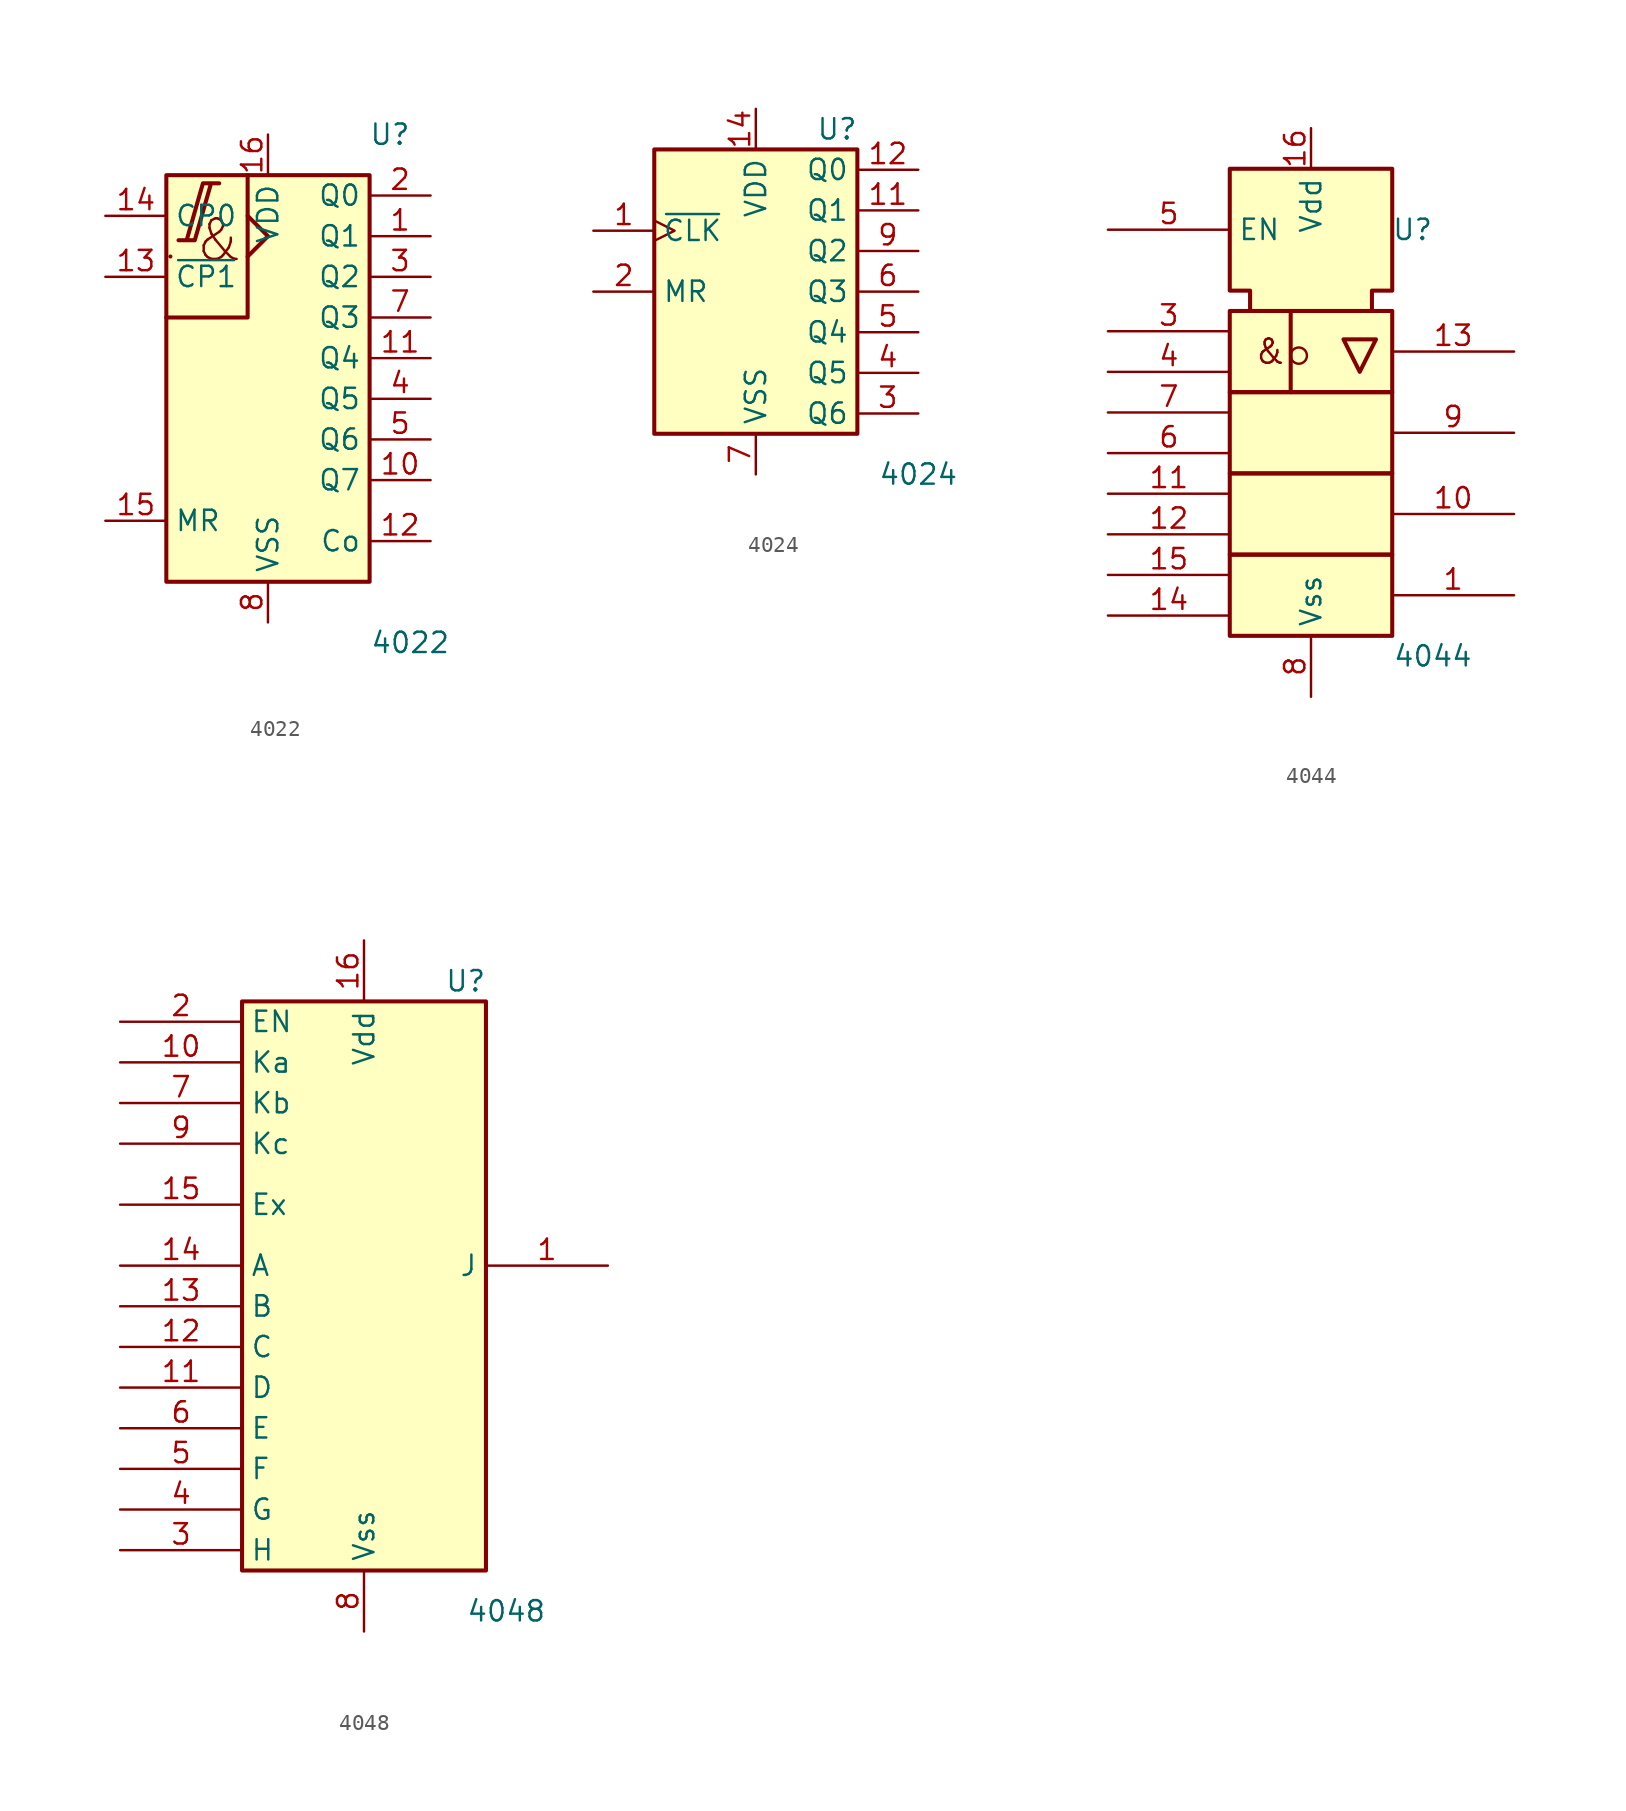
<source format=kicad_sym>
(kicad_symbol_lib
  (version 20241209)
  (generator "kicad_symbol_editor")
  (generator_version "9.0")
  (symbol "4022"
    (property "Reference" "U"
      (at 7.62 15.24 0)
      (effects (font (size 1.27 1.27))))
    (property "Value" "4022"
      (at 8.89 -16.51 0)
      (effects (font (size 1.27 1.27))))
    (symbol "4022_0_0"
      (polyline (pts (xy -6.096 7.62) (xy -6.096 7.62) (xy -6.096 7.62) (xy -6.096 7.62)) (stroke (width 0.254) (type default)) (fill (type background)))
      (polyline (pts (xy -5.588 8.636) (xy -4.572 8.636) (xy -3.556 12.192) (xy -3.048 12.192) (xy -4.064 12.192) (xy -5.08 8.636) (xy -5.08 8.636)) (stroke (width 0.254) (type default)) (fill (type background)))
      (polyline (pts (xy -1.27 12.7) (xy -1.27 3.81) (xy -6.35 3.81) (xy -6.35 3.81)) (stroke (width 0.254) (type default)) (fill (type background)))
      (polyline (pts (xy -1.27 10.16) (xy 0 8.89) (xy -1.27 7.62) (xy -1.27 7.62)) (stroke (width 0.254) (type default)) (fill (type background)))
      (text "&" (at -3.048 8.636 0) (effects (font (size 2.54 2.54))))
      (pin power_in line (at 0 15.24 270) (length 2.54) (name "VDD" (effects (font (size 1.27 1.27)))) (number "16" (effects (font (size 1.27 1.27)))))
      (pin power_in line (at 0 -15.24 90) (length 2.54) (name "VSS" (effects (font (size 1.27 1.27)))) (number "8" (effects (font (size 1.27 1.27))))))
    (symbol "4022_0_1"
      (rectangle (start -6.35 12.7) (end 6.35 -12.7) (stroke (width 0.254) (type default)) (fill (type background))))
    (symbol "4022_1_1"
      (pin output line (at -10.16 10.16 0) (length 3.81) (name "CP0" (effects (font (size 1.27 1.27)))) (number "14" (effects (font (size 1.27 1.27)))))
      (pin input line (at -10.16 6.35 0) (length 3.81) (name "~{CP1}" (effects (font (size 1.27 1.27)))) (number "13" (effects (font (size 1.27 1.27)))))
      (pin input line (at -10.16 -8.89 0) (length 3.81) (name "MR" (effects (font (size 1.27 1.27)))) (number "15" (effects (font (size 1.27 1.27)))))
      (pin output line (at 10.16 11.43 180) (length 3.81) (name "Q0" (effects (font (size 1.27 1.27)))) (number "2" (effects (font (size 1.27 1.27)))))
      (pin output line (at 10.16 8.89 180) (length 3.81) (name "Q1" (effects (font (size 1.27 1.27)))) (number "1" (effects (font (size 1.27 1.27)))))
      (pin output line (at 10.16 6.35 180) (length 3.81) (name "Q2" (effects (font (size 1.27 1.27)))) (number "3" (effects (font (size 1.27 1.27)))))
      (pin output line (at 10.16 3.81 180) (length 3.81) (name "Q3" (effects (font (size 1.27 1.27)))) (number "7" (effects (font (size 1.27 1.27)))))
      (pin output line (at 10.16 1.27 180) (length 3.81) (name "Q4" (effects (font (size 1.27 1.27)))) (number "11" (effects (font (size 1.27 1.27)))))
      (pin output line (at 10.16 -1.27 180) (length 3.81) (name "Q5" (effects (font (size 1.27 1.27)))) (number "4" (effects (font (size 1.27 1.27)))))
      (pin output line (at 10.16 -3.81 180) (length 3.81) (name "Q6" (effects (font (size 1.27 1.27)))) (number "5" (effects (font (size 1.27 1.27)))))
      (pin output line (at 10.16 -6.35 180) (length 3.81) (name "Q7" (effects (font (size 1.27 1.27)))) (number "10" (effects (font (size 1.27 1.27)))))
      (pin output line (at 10.16 -10.16 180) (length 3.81) (name "Co" (effects (font (size 1.27 1.27)))) (number "12" (effects (font (size 1.27 1.27)))))))
  (symbol "4024"
    (property "Reference" "U"
      (at 5.08 11.43 0)
      (effects (font (size 1.27 1.27))))
    (property "Value" "4024"
      (at 10.16 -10.16 0)
      (effects (font (size 1.27 1.27))))
    (symbol "4024_0_0"
      (rectangle (start -6.35 10.16) (end 6.35 -7.62) (stroke (width 0.254) (type default)) (fill (type background)))
      (pin power_in line (at 0 12.7 270) (length 2.54) (name "VDD" (effects (font (size 1.27 1.27)))) (number "14" (effects (font (size 1.27 1.27)))))
      (pin power_in line (at 0 -10.16 90) (length 2.54) (name "VSS" (effects (font (size 1.27 1.27)))) (number "7" (effects (font (size 1.27 1.27))))))
    (symbol "4024_1_1"
      (pin input clock (at -10.16 5.08 0) (length 3.81) (name "~{CLK}" (effects (font (size 1.27 1.27)))) (number "1" (effects (font (size 1.27 1.27)))))
      (pin input line (at -10.16 1.27 0) (length 3.81) (name "MR" (effects (font (size 1.27 1.27)))) (number "2" (effects (font (size 1.27 1.27)))))
      (pin output line (at 10.16 8.89 180) (length 3.81) (name "Q0" (effects (font (size 1.27 1.27)))) (number "12" (effects (font (size 1.27 1.27)))))
      (pin output line (at 10.16 6.35 180) (length 3.81) (name "Q1" (effects (font (size 1.27 1.27)))) (number "11" (effects (font (size 1.27 1.27)))))
      (pin output line (at 10.16 3.81 180) (length 3.81) (name "Q2" (effects (font (size 1.27 1.27)))) (number "9" (effects (font (size 1.27 1.27)))))
      (pin output line (at 10.16 1.27 180) (length 3.81) (name "Q3" (effects (font (size 1.27 1.27)))) (number "6" (effects (font (size 1.27 1.27)))))
      (pin output line (at 10.16 -1.27 180) (length 3.81) (name "Q4" (effects (font (size 1.27 1.27)))) (number "5" (effects (font (size 1.27 1.27)))))
      (pin output line (at 10.16 -3.81 180) (length 3.81) (name "Q5" (effects (font (size 1.27 1.27)))) (number "4" (effects (font (size 1.27 1.27)))))
      (pin output line (at 10.16 -6.35 180) (length 3.81) (name "Q6" (effects (font (size 1.27 1.27)))) (number "3" (effects (font (size 1.27 1.27)))))))
  (symbol "4044"
    (property "Reference" "U"
      (at 6.35 6.35 0)
      (effects (font (size 1.27 1.27))))
    (property "Value" "4044"
      (at 7.62 -20.32 0)
      (effects (font (size 1.27 1.27))))
    (symbol "4044_0_0"
      (rectangle (start -5.08 1.27) (end 5.08 -3.81) (stroke (width 0.254) (type default)) (fill (type background)))
      (rectangle (start -5.08 -3.81) (end 5.08 -8.89) (stroke (width 0.254) (type default)) (fill (type background)))
      (rectangle (start -5.08 -8.89) (end 5.08 -13.97) (stroke (width 0.254) (type default)) (fill (type background)))
      (rectangle (start -5.08 -13.97) (end 5.08 -19.05) (stroke (width 0.254) (type default)) (fill (type background)))
      (polyline (pts (xy -3.81 1.27) (xy -3.81 2.54) (xy -5.08 2.54) (xy -5.08 10.16) (xy 5.08 10.16) (xy 5.08 2.54) (xy 3.81 2.54) (xy 3.81 1.27) (xy 3.81 1.27)) (stroke (width 0.254) (type default)) (fill (type background)))
      (polyline (pts (xy -1.27 1.27) (xy -1.27 -3.81) (xy -1.27 -3.81)) (stroke (width 0.254) (type default)) (fill (type background)))
      (circle (center -0.762 -1.524) (radius 0.508) (stroke (width 0) (type default)) (fill (type none)))
      (polyline (pts (xy 2.032 -0.508) (xy 3.048 -2.54) (xy 4.064 -0.508) (xy 2.032 -0.508) (xy 2.032 -0.508)) (stroke (width 0.254) (type default)) (fill (type background)))
      (text "&" (at -2.54 -1.27 0) (effects (font (size 1.524 1.524)))))
    (symbol "4044_1_0"
      (pin input line (at -12.7 6.35 0) (length 7.62) (name "EN" (effects (font (size 1.27 1.27)))) (number "5" (effects (font (size 1.27 1.27)))))
      (pin input line (at -12.7 0 0) (length 7.62) (name "~" (effects (font (size 1.27 1.27)))) (number "3" (effects (font (size 1.27 1.27)))))
      (pin input line (at -12.7 -2.54 0) (length 7.62) (name "~" (effects (font (size 1.27 1.27)))) (number "4" (effects (font (size 1.27 1.27)))))
      (pin input line (at -12.7 -5.08 0) (length 7.62) (name "~" (effects (font (size 1.27 1.27)))) (number "7" (effects (font (size 1.27 1.27)))))
      (pin input line (at -12.7 -7.62 0) (length 7.62) (name "~" (effects (font (size 1.27 1.27)))) (number "6" (effects (font (size 1.27 1.27)))))
      (pin input line (at -12.7 -10.16 0) (length 7.62) (name "~" (effects (font (size 1.27 1.27)))) (number "11" (effects (font (size 1.27 1.27)))))
      (pin input line (at -12.7 -12.7 0) (length 7.62) (name "~" (effects (font (size 1.27 1.27)))) (number "12" (effects (font (size 1.27 1.27)))))
      (pin input line (at -12.7 -15.24 0) (length 7.62) (name "~" (effects (font (size 1.27 1.27)))) (number "15" (effects (font (size 1.27 1.27)))))
      (pin input line (at -12.7 -17.78 0) (length 7.62) (name "~" (effects (font (size 1.27 1.27)))) (number "14" (effects (font (size 1.27 1.27)))))
      (pin power_in line (at 0 12.7 270) (length 2.54) (name "Vdd" (effects (font (size 1.27 1.27)))) (number "16" (effects (font (size 1.27 1.27)))))
      (pin power_in line (at 0 -22.86 90) (length 3.81) (name "Vss" (effects (font (size 1.27 1.27)))) (number "8" (effects (font (size 1.27 1.27)))))
      (pin output line (at 12.7 -1.27 180) (length 7.62) (name "~" (effects (font (size 1.27 1.27)))) (number "13" (effects (font (size 1.27 1.27)))))
      (pin output line (at 12.7 -6.35 180) (length 7.62) (name "~" (effects (font (size 1.27 1.27)))) (number "9" (effects (font (size 1.27 1.27)))))
      (pin output line (at 12.7 -11.43 180) (length 7.62) (name "~" (effects (font (size 1.27 1.27)))) (number "10" (effects (font (size 1.27 1.27)))))
      (pin output line (at 12.7 -16.51 180) (length 7.62) (name "~" (effects (font (size 1.27 1.27)))) (number "1" (effects (font (size 1.27 1.27)))))))
  (symbol "4048"
    (property "Reference" "U"
      (at 6.35 17.78 0)
      (effects (font (size 1.27 1.27))))
    (property "Value" "4048"
      (at 8.89 -21.59 0)
      (effects (font (size 1.27 1.27))))
    (symbol "4048_0_1"
      (rectangle (start -7.62 16.51) (end 7.62 -19.05) (stroke (width 0.254) (type default)) (fill (type background))))
    (symbol "4048_1_1"
      (pin input line (at -15.24 15.24 0) (length 7.62) (name "EN" (effects (font (size 1.27 1.27)))) (number "2" (effects (font (size 1.27 1.27)))))
      (pin input line (at -15.24 12.7 0) (length 7.62) (name "Ka" (effects (font (size 1.27 1.27)))) (number "10" (effects (font (size 1.27 1.27)))))
      (pin input line (at -15.24 10.16 0) (length 7.62) (name "Kb" (effects (font (size 1.27 1.27)))) (number "7" (effects (font (size 1.27 1.27)))))
      (pin input line (at -15.24 7.62 0) (length 7.62) (name "Kc" (effects (font (size 1.27 1.27)))) (number "9" (effects (font (size 1.27 1.27)))))
      (pin input line (at -15.24 3.81 0) (length 7.62) (name "Ex" (effects (font (size 1.27 1.27)))) (number "15" (effects (font (size 1.27 1.27)))))
      (pin input line (at -15.24 0 0) (length 7.62) (name "A" (effects (font (size 1.27 1.27)))) (number "14" (effects (font (size 1.27 1.27)))))
      (pin input line (at -15.24 -2.54 0) (length 7.62) (name "B" (effects (font (size 1.27 1.27)))) (number "13" (effects (font (size 1.27 1.27)))))
      (pin input line (at -15.24 -5.08 0) (length 7.62) (name "C" (effects (font (size 1.27 1.27)))) (number "12" (effects (font (size 1.27 1.27)))))
      (pin input line (at -15.24 -7.62 0) (length 7.62) (name "D" (effects (font (size 1.27 1.27)))) (number "11" (effects (font (size 1.27 1.27)))))
      (pin input line (at -15.24 -10.16 0) (length 7.62) (name "E" (effects (font (size 1.27 1.27)))) (number "6" (effects (font (size 1.27 1.27)))))
      (pin input line (at -15.24 -12.7 0) (length 7.62) (name "F" (effects (font (size 1.27 1.27)))) (number "5" (effects (font (size 1.27 1.27)))))
      (pin input line (at -15.24 -15.24 0) (length 7.62) (name "G" (effects (font (size 1.27 1.27)))) (number "4" (effects (font (size 1.27 1.27)))))
      (pin input line (at -15.24 -17.78 0) (length 7.62) (name "H" (effects (font (size 1.27 1.27)))) (number "3" (effects (font (size 1.27 1.27)))))
      (pin power_in line (at 0 20.32 270) (length 3.81) (name "Vdd" (effects (font (size 1.27 1.27)))) (number "16" (effects (font (size 1.27 1.27)))))
      (pin power_in line (at 0 -22.86 90) (length 3.81) (name "Vss" (effects (font (size 1.27 1.27)))) (number "8" (effects (font (size 1.27 1.27)))))
      (pin output line (at 15.24 0 180) (length 7.62) (name "J" (effects (font (size 1.27 1.27)))) (number "1" (effects (font (size 1.27 1.27))))))))
</source>
